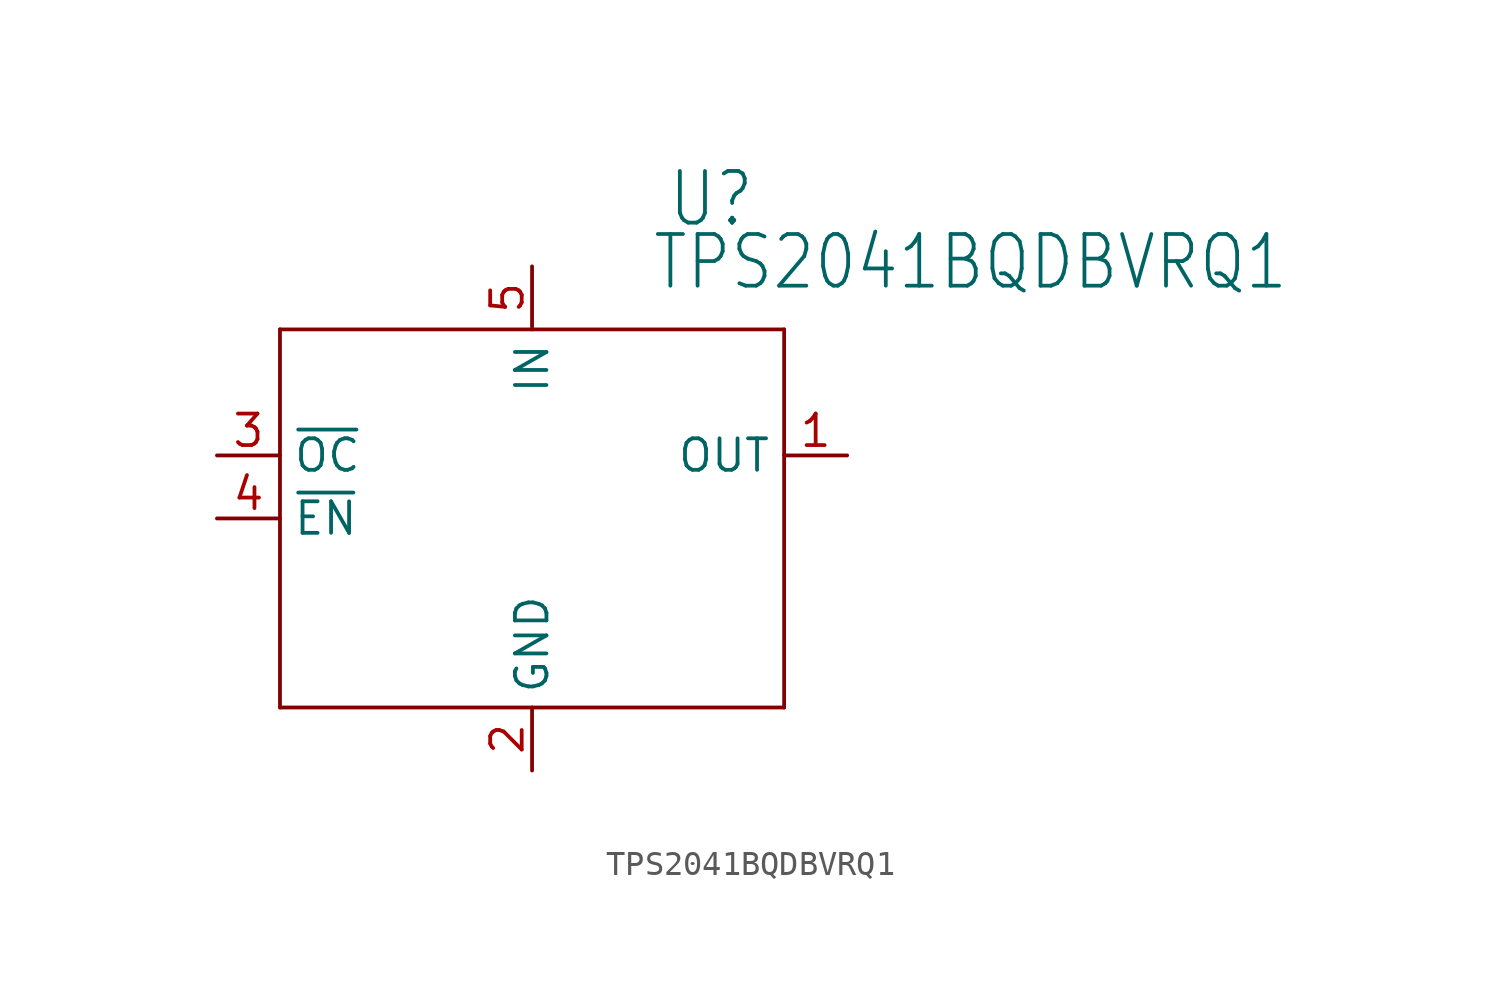
<source format=kicad_sym>
(kicad_symbol_lib
  (version 20211014)
  (generator kicad_symbol_editor)
  (symbol "TPS2041BQDBVRQ1"
    (property "Reference" "U"
      (at 5.436 9.119 0)
      (effects (font (size 2.083 1.77)) (justify left bottom)))
    (property "Value" "TPS2041BQDBVRQ1"
      (at 4.801 6.579 0)
      (effects (font (size 2.083 1.77)) (justify left bottom)))
    (property "ki_locked" ""
      (at 0 0 0)
      (effects (font (size 1.27 1.27))))
    (symbol "TPS2041BQDBVRQ1_1_0"
      (polyline (pts (xy -10.16 -10.16) (xy 10.16 -10.16)) (stroke (width 0.152) (type default) (color 0 0 0 0)) (fill (type none)))
      (polyline (pts (xy -10.16 5.08) (xy -10.16 -10.16)) (stroke (width 0.152) (type default) (color 0 0 0 0)) (fill (type none)))
      (polyline (pts (xy 10.16 -10.16) (xy 10.16 5.08)) (stroke (width 0.152) (type default) (color 0 0 0 0)) (fill (type none)))
      (polyline (pts (xy 10.16 5.08) (xy -10.16 5.08)) (stroke (width 0.152) (type default) (color 0 0 0 0)) (fill (type none)))
      (pin output line (at 12.7 0 180) (length 2.54) (name "OUT" (effects (font (size 1.27 1.27)))) (number "1" (effects (font (size 1.27 1.27)))))
      (pin power_in line (at 0 -12.7 90) (length 2.54) (name "GND" (effects (font (size 1.27 1.27)))) (number "2" (effects (font (size 1.27 1.27)))))
      (pin open_collector line (at -12.7 0 0) (length 2.54) (name "~{OC}" (effects (font (size 1.27 1.27)))) (number "3" (effects (font (size 1.27 1.27)))))
      (pin input line (at -12.7 -2.54 0) (length 2.54) (name "~{EN}" (effects (font (size 1.27 1.27)))) (number "4" (effects (font (size 1.27 1.27)))))
      (pin power_in line (at 0 7.62 270) (length 2.54) (name "IN" (effects (font (size 1.27 1.27)))) (number "5" (effects (font (size 1.27 1.27))))))))
</source>
